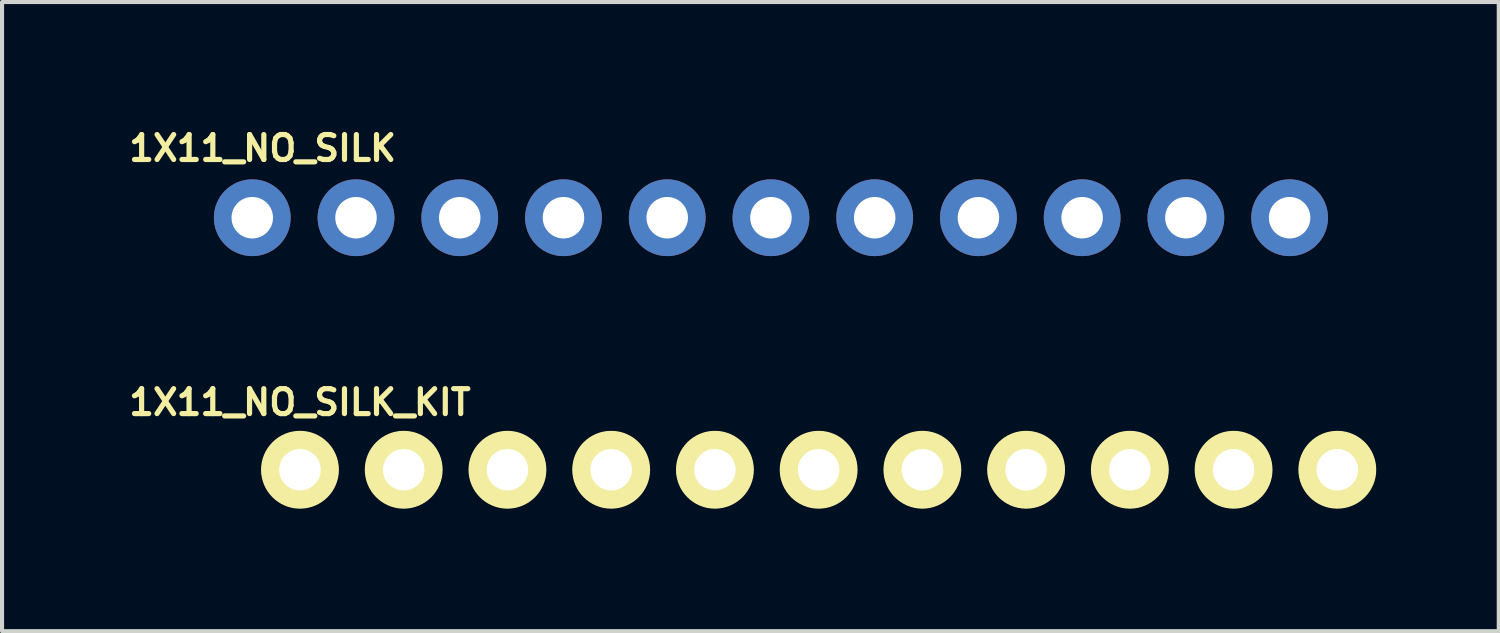
<source format=kicad_pcb>
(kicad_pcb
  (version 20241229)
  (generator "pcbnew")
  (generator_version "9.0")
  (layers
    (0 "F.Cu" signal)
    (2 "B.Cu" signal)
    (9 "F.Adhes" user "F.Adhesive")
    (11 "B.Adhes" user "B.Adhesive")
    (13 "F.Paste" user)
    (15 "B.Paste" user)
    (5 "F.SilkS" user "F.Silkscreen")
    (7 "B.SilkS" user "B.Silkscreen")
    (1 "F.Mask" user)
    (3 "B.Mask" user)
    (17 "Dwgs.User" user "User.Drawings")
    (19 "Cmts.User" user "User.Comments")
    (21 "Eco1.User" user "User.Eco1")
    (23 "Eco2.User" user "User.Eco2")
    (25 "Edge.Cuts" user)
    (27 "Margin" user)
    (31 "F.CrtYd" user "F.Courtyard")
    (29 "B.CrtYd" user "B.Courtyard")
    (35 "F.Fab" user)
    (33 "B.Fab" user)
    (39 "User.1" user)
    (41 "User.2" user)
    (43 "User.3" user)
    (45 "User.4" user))
  (footprint "1X11_NO_SILK_KIT"
    (layer "F.Cu")
    (at 4.295 8.452)
    (property "Reference" "1X11_NO_SILK_KIT" (at 0 -1.651 0) (layer "F.SilkS") (effects (font (size 0.61 0.61) (thickness 0.127))))
    (attr exclude_from_pos_files exclude_from_bom)
    (fp_circle (center 0 0) (end 0 -0.953) (stroke (width 0) (type solid)) (fill yes) (layer "F.SilkS"))
    (fp_circle (center 0 0) (end 0 -0.508) (stroke (width 0) (type solid)) (fill yes) (layer "F.SilkS"))
    (fp_circle (center 2.54 0) (end 2.54 -0.953) (stroke (width 0) (type solid)) (fill yes) (layer "F.SilkS"))
    (fp_circle (center 2.54 0) (end 2.54 -0.508) (stroke (width 0) (type solid)) (fill yes) (layer "F.SilkS"))
    (fp_circle (center 5.08 0) (end 5.08 -0.953) (stroke (width 0) (type solid)) (fill yes) (layer "F.SilkS"))
    (fp_circle (center 5.08 0) (end 5.08 -0.508) (stroke (width 0) (type solid)) (fill yes) (layer "F.SilkS"))
    (fp_circle (center 7.62 0) (end 7.62 -0.953) (stroke (width 0) (type solid)) (fill yes) (layer "F.SilkS"))
    (fp_circle (center 7.62 0) (end 7.62 -0.508) (stroke (width 0) (type solid)) (fill yes) (layer "F.SilkS"))
    (fp_circle (center 10.16 0) (end 10.16 -0.953) (stroke (width 0) (type solid)) (fill yes) (layer "F.SilkS"))
    (fp_circle (center 10.16 0) (end 10.16 -0.508) (stroke (width 0) (type solid)) (fill yes) (layer "F.SilkS"))
    (fp_circle (center 12.7 0) (end 12.7 -0.953) (stroke (width 0) (type solid)) (fill yes) (layer "F.SilkS"))
    (fp_circle (center 12.7 0) (end 12.7 -0.508) (stroke (width 0) (type solid)) (fill yes) (layer "F.SilkS"))
    (fp_circle (center 15.24 0) (end 15.24 -0.953) (stroke (width 0) (type solid)) (fill yes) (layer "F.SilkS"))
    (fp_circle (center 15.24 0) (end 15.24 -0.508) (stroke (width 0) (type solid)) (fill yes) (layer "F.SilkS"))
    (fp_circle (center 17.78 0) (end 17.78 -0.953) (stroke (width 0) (type solid)) (fill yes) (layer "F.SilkS"))
    (fp_circle (center 17.78 0) (end 17.78 -0.508) (stroke (width 0) (type solid)) (fill yes) (layer "F.SilkS"))
    (fp_circle (center 20.32 0) (end 20.32 -0.953) (stroke (width 0) (type solid)) (fill yes) (layer "F.SilkS"))
    (fp_circle (center 20.32 0) (end 20.32 -0.508) (stroke (width 0) (type solid)) (fill yes) (layer "F.SilkS"))
    (fp_circle (center 22.86 0) (end 22.86 -0.953) (stroke (width 0) (type solid)) (fill yes) (layer "F.SilkS"))
    (fp_circle (center 22.86 0) (end 22.86 -0.508) (stroke (width 0) (type solid)) (fill yes) (layer "F.SilkS"))
    (fp_circle (center 25.4 0) (end 25.4 -0.953) (stroke (width 0) (type solid)) (fill yes) (layer "F.SilkS"))
    (fp_circle (center 25.4 0) (end 25.4 -0.508) (stroke (width 0) (type solid)) (fill yes) (layer "F.SilkS"))
    (pad "1" thru_hole circle (at 0 0) (size 1.88 1.88) (drill 1.016) (layers "*.Cu" "*.Paste" "*.Mask"))
    (pad "2" thru_hole circle (at 2.54 0) (size 1.88 1.88) (drill 1.016) (layers "*.Cu" "*.Paste" "*.Mask"))
    (pad "3" thru_hole circle (at 5.08 0) (size 1.88 1.88) (drill 1.016) (layers "*.Cu" "*.Paste" "*.Mask"))
    (pad "4" thru_hole circle (at 7.62 0) (size 1.88 1.88) (drill 1.016) (layers "*.Cu" "*.Paste" "*.Mask"))
    (pad "5" thru_hole circle (at 10.16 0) (size 1.88 1.88) (drill 1.016) (layers "*.Cu" "*.Paste" "*.Mask"))
    (pad "6" thru_hole circle (at 12.7 0) (size 1.88 1.88) (drill 1.016) (layers "*.Cu" "*.Paste" "*.Mask"))
    (pad "7" thru_hole circle (at 15.24 0) (size 1.88 1.88) (drill 1.016) (layers "*.Cu" "*.Paste" "*.Mask"))
    (pad "8" thru_hole circle (at 17.78 0) (size 1.88 1.88) (drill 1.016) (layers "*.Cu" "*.Paste" "*.Mask"))
    (pad "9" thru_hole circle (at 20.32 0) (size 1.88 1.88) (drill 1.016) (layers "*.Cu" "*.Paste" "*.Mask"))
    (pad "10" thru_hole circle (at 22.86 0) (size 1.88 1.88) (drill 1.016) (layers "*.Cu" "*.Paste" "*.Mask"))
    (pad "11" thru_hole circle (at 25.4 0) (size 1.88 1.88) (drill 1.016) (layers "*.Cu" "*.Paste" "*.Mask")))
  (footprint "1X11_NO_SILK"
    (layer "F.Cu")
    (at 3.127 2.281)
    (property "Reference" "1X11_NO_SILK" (at 0.254 -1.702 0) (layer "F.SilkS") (effects (font (size 0.61 0.61) (thickness 0.127))))
    (attr exclude_from_pos_files exclude_from_bom)
    (fp_line (start -0.254 -0.254) (end 0.254 -0.254) (stroke (width 0.066) (type solid)) (layer "Dwgs.User"))
    (fp_line (start -0.254 0.254) (end -0.254 -0.254) (stroke (width 0.066) (type solid)) (layer "Dwgs.User"))
    (fp_line (start -0.254 0.254) (end 0.254 0.254) (stroke (width 0.066) (type solid)) (layer "Dwgs.User"))
    (fp_line (start 0.254 0.254) (end 0.254 -0.254) (stroke (width 0.066) (type solid)) (layer "Dwgs.User"))
    (fp_line (start 2.286 -0.254) (end 2.794 -0.254) (stroke (width 0.066) (type solid)) (layer "Dwgs.User"))
    (fp_line (start 2.286 0.254) (end 2.286 -0.254) (stroke (width 0.066) (type solid)) (layer "Dwgs.User"))
    (fp_line (start 2.286 0.254) (end 2.794 0.254) (stroke (width 0.066) (type solid)) (layer "Dwgs.User"))
    (fp_line (start 2.794 0.254) (end 2.794 -0.254) (stroke (width 0.066) (type solid)) (layer "Dwgs.User"))
    (fp_line (start 4.826 -0.254) (end 5.334 -0.254) (stroke (width 0.066) (type solid)) (layer "Dwgs.User"))
    (fp_line (start 4.826 0.254) (end 4.826 -0.254) (stroke (width 0.066) (type solid)) (layer "Dwgs.User"))
    (fp_line (start 4.826 0.254) (end 5.334 0.254) (stroke (width 0.066) (type solid)) (layer "Dwgs.User"))
    (fp_line (start 5.334 0.254) (end 5.334 -0.254) (stroke (width 0.066) (type solid)) (layer "Dwgs.User"))
    (fp_line (start 7.366 -0.254) (end 7.874 -0.254) (stroke (width 0.066) (type solid)) (layer "Dwgs.User"))
    (fp_line (start 7.366 0.254) (end 7.366 -0.254) (stroke (width 0.066) (type solid)) (layer "Dwgs.User"))
    (fp_line (start 7.366 0.254) (end 7.874 0.254) (stroke (width 0.066) (type solid)) (layer "Dwgs.User"))
    (fp_line (start 7.874 0.254) (end 7.874 -0.254) (stroke (width 0.066) (type solid)) (layer "Dwgs.User"))
    (fp_line (start 9.906 -0.254) (end 10.414 -0.254) (stroke (width 0.066) (type solid)) (layer "Dwgs.User"))
    (fp_line (start 9.906 0.254) (end 9.906 -0.254) (stroke (width 0.066) (type solid)) (layer "Dwgs.User"))
    (fp_line (start 9.906 0.254) (end 10.414 0.254) (stroke (width 0.066) (type solid)) (layer "Dwgs.User"))
    (fp_line (start 10.414 0.254) (end 10.414 -0.254) (stroke (width 0.066) (type solid)) (layer "Dwgs.User"))
    (fp_line (start 12.446 -0.254) (end 12.954 -0.254) (stroke (width 0.066) (type solid)) (layer "Dwgs.User"))
    (fp_line (start 12.446 0.254) (end 12.446 -0.254) (stroke (width 0.066) (type solid)) (layer "Dwgs.User"))
    (fp_line (start 12.446 0.254) (end 12.954 0.254) (stroke (width 0.066) (type solid)) (layer "Dwgs.User"))
    (fp_line (start 12.954 0.254) (end 12.954 -0.254) (stroke (width 0.066) (type solid)) (layer "Dwgs.User"))
    (fp_line (start 14.986 -0.254) (end 15.494 -0.254) (stroke (width 0.066) (type solid)) (layer "Dwgs.User"))
    (fp_line (start 14.986 0.254) (end 14.986 -0.254) (stroke (width 0.066) (type solid)) (layer "Dwgs.User"))
    (fp_line (start 14.986 0.254) (end 15.494 0.254) (stroke (width 0.066) (type solid)) (layer "Dwgs.User"))
    (fp_line (start 15.494 0.254) (end 15.494 -0.254) (stroke (width 0.066) (type solid)) (layer "Dwgs.User"))
    (fp_line (start 17.523 -0.254) (end 18.034 -0.254) (stroke (width 0.066) (type solid)) (layer "Dwgs.User"))
    (fp_line (start 17.523 0.254) (end 17.523 -0.254) (stroke (width 0.066) (type solid)) (layer "Dwgs.User"))
    (fp_line (start 17.523 0.254) (end 18.034 0.254) (stroke (width 0.066) (type solid)) (layer "Dwgs.User"))
    (fp_line (start 18.034 0.254) (end 18.034 -0.254) (stroke (width 0.066) (type solid)) (layer "Dwgs.User"))
    (fp_line (start 20.066 -0.254) (end 20.574 -0.254) (stroke (width 0.066) (type solid)) (layer "Dwgs.User"))
    (fp_line (start 20.066 0.254) (end 20.066 -0.254) (stroke (width 0.066) (type solid)) (layer "Dwgs.User"))
    (fp_line (start 20.066 0.254) (end 20.574 0.254) (stroke (width 0.066) (type solid)) (layer "Dwgs.User"))
    (fp_line (start 20.574 0.254) (end 20.574 -0.254) (stroke (width 0.066) (type solid)) (layer "Dwgs.User"))
    (fp_line (start 22.606 -0.254) (end 23.114 -0.254) (stroke (width 0.066) (type solid)) (layer "Dwgs.User"))
    (fp_line (start 22.606 0.254) (end 22.606 -0.254) (stroke (width 0.066) (type solid)) (layer "Dwgs.User"))
    (fp_line (start 22.606 0.254) (end 23.114 0.254) (stroke (width 0.066) (type solid)) (layer "Dwgs.User"))
    (fp_line (start 23.114 0.254) (end 23.114 -0.254) (stroke (width 0.066) (type solid)) (layer "Dwgs.User"))
    (fp_line (start 25.146 -0.254) (end 25.654 -0.254) (stroke (width 0.066) (type solid)) (layer "Dwgs.User"))
    (fp_line (start 25.146 0.254) (end 25.146 -0.254) (stroke (width 0.066) (type solid)) (layer "Dwgs.User"))
    (fp_line (start 25.146 0.254) (end 25.654 0.254) (stroke (width 0.066) (type solid)) (layer "Dwgs.User"))
    (fp_line (start 25.654 0.254) (end 25.654 -0.254) (stroke (width 0.066) (type solid)) (layer "Dwgs.User"))
    (pad "1" thru_hole circle (at 0 0) (size 1.88 1.88) (drill 1.016) (layers "*.Cu" "*.Paste" "*.Mask"))
    (pad "2" thru_hole circle (at 2.54 0) (size 1.88 1.88) (drill 1.016) (layers "*.Cu" "*.Paste" "*.Mask"))
    (pad "3" thru_hole circle (at 5.08 0) (size 1.88 1.88) (drill 1.016) (layers "*.Cu" "*.Paste" "*.Mask"))
    (pad "4" thru_hole circle (at 7.62 0) (size 1.88 1.88) (drill 1.016) (layers "*.Cu" "*.Paste" "*.Mask"))
    (pad "5" thru_hole circle (at 10.16 0) (size 1.88 1.88) (drill 1.016) (layers "*.Cu" "*.Paste" "*.Mask"))
    (pad "6" thru_hole circle (at 12.7 0) (size 1.88 1.88) (drill 1.016) (layers "*.Cu" "*.Paste" "*.Mask"))
    (pad "7" thru_hole circle (at 15.24 0) (size 1.88 1.88) (drill 1.016) (layers "*.Cu" "*.Paste" "*.Mask"))
    (pad "8" thru_hole circle (at 17.78 0) (size 1.88 1.88) (drill 1.016) (layers "*.Cu" "*.Paste" "*.Mask"))
    (pad "9" thru_hole circle (at 20.32 0) (size 1.88 1.88) (drill 1.016) (layers "*.Cu" "*.Paste" "*.Mask"))
    (pad "10" thru_hole circle (at 22.86 0) (size 1.88 1.88) (drill 1.016) (layers "*.Cu" "*.Paste" "*.Mask"))
    (pad "11" thru_hole circle (at 25.4 0) (size 1.88 1.88) (drill 1.016) (layers "*.Cu" "*.Paste" "*.Mask")))
  (gr_rect
    (start -3 -3)
    (end 33.648 12.404)
    (stroke (width 0.1) (type default))
    (fill no)
    (layer "Edge.Cuts")))
</source>
